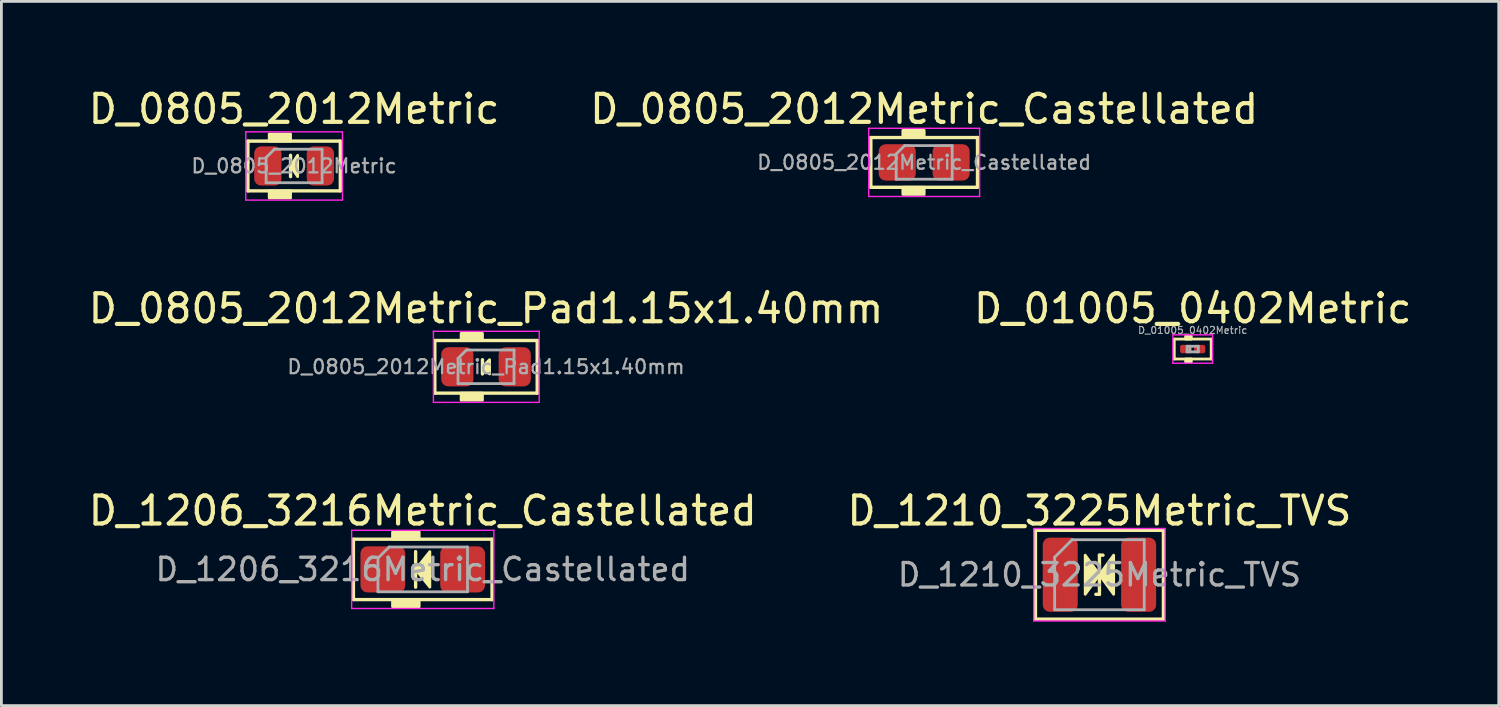
<source format=kicad_pcb>
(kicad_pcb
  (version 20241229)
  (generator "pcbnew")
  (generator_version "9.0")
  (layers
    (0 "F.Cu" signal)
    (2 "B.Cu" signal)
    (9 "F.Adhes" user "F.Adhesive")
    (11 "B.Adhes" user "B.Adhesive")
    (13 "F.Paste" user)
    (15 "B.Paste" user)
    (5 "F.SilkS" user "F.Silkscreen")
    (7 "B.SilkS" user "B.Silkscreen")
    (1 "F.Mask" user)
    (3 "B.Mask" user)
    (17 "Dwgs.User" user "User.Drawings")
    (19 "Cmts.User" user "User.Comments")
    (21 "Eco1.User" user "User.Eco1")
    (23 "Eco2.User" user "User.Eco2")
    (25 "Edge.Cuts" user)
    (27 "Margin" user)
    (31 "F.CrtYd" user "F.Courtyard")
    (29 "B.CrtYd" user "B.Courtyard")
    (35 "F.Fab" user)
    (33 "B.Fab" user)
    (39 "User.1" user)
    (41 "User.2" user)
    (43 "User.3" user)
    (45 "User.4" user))
  (footprint "D_0805_2012Metric_Pad1.15x1.40mm"
    (layer "F.Cu")
    (at 14.315 10.056)
    (property "Reference" "D_0805_2012Metric_Pad1.15x1.40mm" (at 0 -2.083 0) (layer "F.SilkS") (effects (font (size 1 1) (thickness 0.15))))
    (attr smd)
    (fp_line (start -1.829 -0.94) (end 1.829 -0.94) (stroke (width 0.12) (type solid)) (layer "F.SilkS"))
    (fp_line (start -1.829 0.94) (end -1.829 -0.94) (stroke (width 0.12) (type solid)) (layer "F.SilkS"))
    (fp_line (start -0.127 -0.254) (end -0.127 0.254) (stroke (width 0.12) (type solid)) (layer "F.SilkS"))
    (fp_line (start 1.829 -0.94) (end 1.829 0.94) (stroke (width 0.12) (type solid)) (layer "F.SilkS"))
    (fp_line (start 1.829 0.94) (end -1.829 0.94) (stroke (width 0.12) (type solid)) (layer "F.SilkS"))
    (fp_poly (pts (xy 0.127 0.254) (xy -0.127 0) (xy 0.127 -0.254)) (stroke (width 0.1) (type solid)) (fill yes) (layer "F.SilkS"))
    (fp_poly (pts (xy -0.127 -0.94) (xy -0.889 -0.94) (xy -0.889 -1.194) (xy -0.127 -1.194)) (stroke (width 0.1) (type solid)) (fill yes) (layer "F.SilkS"))
    (fp_poly (pts (xy -0.127 1.194) (xy -0.889 1.194) (xy -0.889 0.94) (xy -0.127 0.94)) (stroke (width 0.1) (type solid)) (fill yes) (layer "F.SilkS"))
    (fp_line (start -1.88 -1.27) (end 1.901 -1.27) (stroke (width 0.05) (type solid)) (layer "F.CrtYd"))
    (fp_line (start -1.88 1.27) (end -1.88 -1.27) (stroke (width 0.05) (type solid)) (layer "F.CrtYd"))
    (fp_line (start 1.901 -1.27) (end 1.901 1.27) (stroke (width 0.05) (type solid)) (layer "F.CrtYd"))
    (fp_line (start 1.901 1.27) (end -1.88 1.27) (stroke (width 0.05) (type solid)) (layer "F.CrtYd"))
    (fp_line (start -1 -0.3) (end -1 0.6) (stroke (width 0.1) (type solid)) (layer "F.Fab"))
    (fp_line (start -1 0.6) (end 1 0.6) (stroke (width 0.1) (type solid)) (layer "F.Fab"))
    (fp_line (start -0.7 -0.6) (end -1 -0.3) (stroke (width 0.1) (type solid)) (layer "F.Fab"))
    (fp_line (start 1 -0.6) (end -0.7 -0.6) (stroke (width 0.1) (type solid)) (layer "F.Fab"))
    (fp_line (start 1 0.6) (end 1 -0.6) (stroke (width 0.1) (type solid)) (layer "F.Fab"))
    (fp_text user "${REFERENCE}" (at 0 0 0) (layer "F.Fab") (effects (font (size 0.5 0.5) (thickness 0.08))))
    (pad "1" smd roundrect (at -1.025 0) (size 1.15 1.4) (layers "F.Cu" "F.Mask" "F.Paste") (roundrect_rratio 0.217))
    (pad "2" smd roundrect (at 1.025 0) (size 1.15 1.4) (layers "F.Cu" "F.Mask" "F.Paste") (roundrect_rratio 0.217)))
  (footprint "D_0805_2012Metric"
    (layer "F.Cu")
    (at 7.458 2.88)
    (property "Reference" "D_0805_2012Metric" (at 0 -2.032 0) (layer "F.SilkS") (effects (font (size 1 1) (thickness 0.15))))
    (attr smd)
    (fp_line (start -1.651 -0.889) (end 1.651 -0.889) (stroke (width 0.12) (type solid)) (layer "F.SilkS"))
    (fp_line (start -1.651 -0.127) (end -1.651 -0.889) (stroke (width 0.12) (type solid)) (layer "F.SilkS"))
    (fp_line (start -1.651 0.889) (end -1.651 -0.127) (stroke (width 0.12) (type solid)) (layer "F.SilkS"))
    (fp_line (start -0.127 -0.381) (end -0.127 0.381) (stroke (width 0.12) (type solid)) (layer "F.SilkS"))
    (fp_line (start 1.651 -0.889) (end 1.651 0.889) (stroke (width 0.12) (type solid)) (layer "F.SilkS"))
    (fp_line (start 1.651 0.889) (end -1.651 0.889) (stroke (width 0.12) (type solid)) (layer "F.SilkS"))
    (fp_poly (pts (xy 0.127 0.381) (xy -0.127 0) (xy 0.127 -0.381)) (stroke (width 0.1) (type solid)) (fill yes) (layer "F.SilkS"))
    (fp_poly (pts (xy -0.127 -0.889) (xy -0.889 -0.889) (xy -0.889 -1.143) (xy -0.127 -1.143)) (stroke (width 0.1) (type solid)) (fill yes) (layer "F.SilkS"))
    (fp_poly (pts (xy -0.127 1.143) (xy -0.889 1.143) (xy -0.889 0.889) (xy -0.127 0.889)) (stroke (width 0.1) (type solid)) (fill yes) (layer "F.SilkS"))
    (fp_line (start -1.727 -1.219) (end 1.727 -1.219) (stroke (width 0.05) (type solid)) (layer "F.CrtYd"))
    (fp_line (start -1.727 1.219) (end -1.727 -1.219) (stroke (width 0.05) (type solid)) (layer "F.CrtYd"))
    (fp_line (start 1.727 -1.219) (end 1.727 1.219) (stroke (width 0.05) (type solid)) (layer "F.CrtYd"))
    (fp_line (start 1.727 1.219) (end -1.727 1.219) (stroke (width 0.05) (type solid)) (layer "F.CrtYd"))
    (fp_line (start -1 -0.3) (end -1 0.6) (stroke (width 0.1) (type solid)) (layer "F.Fab"))
    (fp_line (start -1 0.6) (end 1 0.6) (stroke (width 0.1) (type solid)) (layer "F.Fab"))
    (fp_line (start -0.7 -0.6) (end -1 -0.3) (stroke (width 0.1) (type solid)) (layer "F.Fab"))
    (fp_line (start 1 -0.6) (end -0.7 -0.6) (stroke (width 0.1) (type solid)) (layer "F.Fab"))
    (fp_line (start 1 0.6) (end 1 -0.6) (stroke (width 0.1) (type solid)) (layer "F.Fab"))
    (fp_text user "${REFERENCE}" (at 0 0 0) (layer "F.Fab") (effects (font (size 0.5 0.5) (thickness 0.08))))
    (pad "1" smd roundrect (at -0.938 0) (size 0.975 1.4) (layers "F.Cu" "F.Mask" "F.Paste") (roundrect_rratio 0.25))
    (pad "2" smd roundrect (at 0.938 0) (size 0.975 1.4) (layers "F.Cu" "F.Mask" "F.Paste") (roundrect_rratio 0.25)))
  (footprint "D_1210_3225Metric_TVS"
    (layer "F.Cu")
    (at 36.232 17.485)
    (property "Reference" "D_1210_3225Metric_TVS" (at 0 -2.286 0) (layer "F.SilkS") (effects (font (size 1 1) (thickness 0.15))))
    (attr smd)
    (fp_line (start -2.286 -1.587) (end 2.286 -1.587) (stroke (width 0.12) (type solid)) (layer "F.SilkS"))
    (fp_line (start -2.286 1.587) (end -2.286 -1.587) (stroke (width 0.12) (type solid)) (layer "F.SilkS"))
    (fp_line (start -0.127 0.699) (end 0 0.699) (stroke (width 0.12) (type solid)) (layer "F.SilkS"))
    (fp_line (start 0 -0.699) (end 0 0.699) (stroke (width 0.12) (type solid)) (layer "F.SilkS"))
    (fp_line (start 0 -0.699) (end 0.127 -0.699) (stroke (width 0.12) (type solid)) (layer "F.SilkS"))
    (fp_line (start 2.286 -1.587) (end 2.286 1.587) (stroke (width 0.12) (type solid)) (layer "F.SilkS"))
    (fp_line (start 2.286 1.587) (end -2.286 1.587) (stroke (width 0.12) (type solid)) (layer "F.SilkS"))
    (fp_poly (pts (xy 0 0) (xy -0.508 0.699) (xy -0.508 -0.699)) (stroke (width 0.1) (type solid)) (fill yes) (layer "F.SilkS"))
    (fp_poly (pts (xy 0 0) (xy 0.508 -0.699) (xy 0.508 0.699)) (stroke (width 0.1) (type solid)) (fill yes) (layer "F.SilkS"))
    (fp_line (start -2.349 -1.651) (end 2.349 -1.651) (stroke (width 0.05) (type solid)) (layer "F.CrtYd"))
    (fp_line (start -2.349 1.651) (end -2.349 -1.651) (stroke (width 0.05) (type solid)) (layer "F.CrtYd"))
    (fp_line (start 2.349 -1.651) (end 2.349 1.651) (stroke (width 0.05) (type solid)) (layer "F.CrtYd"))
    (fp_line (start 2.349 1.651) (end -2.349 1.651) (stroke (width 0.05) (type solid)) (layer "F.CrtYd"))
    (fp_line (start -1.6 -0.625) (end -1.6 1.25) (stroke (width 0.1) (type solid)) (layer "F.Fab"))
    (fp_line (start -1.6 1.25) (end 1.6 1.25) (stroke (width 0.1) (type solid)) (layer "F.Fab"))
    (fp_line (start -0.975 -1.25) (end -1.6 -0.625) (stroke (width 0.1) (type solid)) (layer "F.Fab"))
    (fp_line (start 1.6 -1.25) (end -0.975 -1.25) (stroke (width 0.1) (type solid)) (layer "F.Fab"))
    (fp_line (start 1.6 1.25) (end 1.6 -1.25) (stroke (width 0.1) (type solid)) (layer "F.Fab"))
    (fp_text user "${REFERENCE}" (at 0 0 0) (layer "F.Fab") (effects (font (size 0.8 0.8) (thickness 0.12))))
    (pad "1" smd roundrect (at -1.4 0) (size 1.25 2.65) (layers "F.Cu" "F.Mask" "F.Paste") (roundrect_rratio 0.2))
    (pad "2" smd roundrect (at 1.4 0) (size 1.25 2.65) (layers "F.Cu" "F.Mask" "F.Paste") (roundrect_rratio 0.2)))
  (footprint "D_0805_2012Metric_Castellated"
    (layer "F.Cu")
    (at 29.97 2.753)
    (property "Reference" "D_0805_2012Metric_Castellated" (at 0 -1.905 0) (layer "F.SilkS") (effects (font (size 1 1) (thickness 0.15))))
    (attr smd)
    (fp_line (start -1.905 -0.889) (end 1.905 -0.889) (stroke (width 0.12) (type solid)) (layer "F.SilkS"))
    (fp_line (start -1.905 0.889) (end -1.905 -0.889) (stroke (width 0.12) (type solid)) (layer "F.SilkS"))
    (fp_line (start 1.905 -0.889) (end 1.905 0.889) (stroke (width 0.12) (type solid)) (layer "F.SilkS"))
    (fp_line (start 1.905 0.889) (end -1.905 0.889) (stroke (width 0.12) (type solid)) (layer "F.SilkS"))
    (fp_poly (pts (xy 0 -0.889) (xy -0.762 -0.889) (xy -0.762 -1.143) (xy 0 -1.143)) (stroke (width 0.1) (type solid)) (fill yes) (layer "F.SilkS"))
    (fp_poly (pts (xy 0 1.143) (xy -0.762 1.143) (xy -0.762 0.889) (xy 0 0.889)) (stroke (width 0.1) (type solid)) (fill yes) (layer "F.SilkS"))
    (fp_line (start -1.981 -1.219) (end 1.981 -1.219) (stroke (width 0.05) (type solid)) (layer "F.CrtYd"))
    (fp_line (start -1.981 1.219) (end -1.981 -1.219) (stroke (width 0.05) (type solid)) (layer "F.CrtYd"))
    (fp_line (start 1.981 -1.219) (end 1.981 1.219) (stroke (width 0.05) (type solid)) (layer "F.CrtYd"))
    (fp_line (start 1.981 1.219) (end -1.981 1.219) (stroke (width 0.05) (type solid)) (layer "F.CrtYd"))
    (fp_line (start -1 -0.3) (end -1 0.6) (stroke (width 0.1) (type solid)) (layer "F.Fab"))
    (fp_line (start -1 0.6) (end 1 0.6) (stroke (width 0.1) (type solid)) (layer "F.Fab"))
    (fp_line (start -0.7 -0.6) (end -1 -0.3) (stroke (width 0.1) (type solid)) (layer "F.Fab"))
    (fp_line (start 1 -0.6) (end -0.7 -0.6) (stroke (width 0.1) (type solid)) (layer "F.Fab"))
    (fp_line (start 1 0.6) (end 1 -0.6) (stroke (width 0.1) (type solid)) (layer "F.Fab"))
    (fp_text user "${REFERENCE}" (at 0 0 0) (layer "F.Fab") (effects (font (size 0.5 0.5) (thickness 0.08))))
    (pad "1" smd roundrect (at -0.963 0) (size 1.325 1.3) (layers "F.Cu" "F.Mask" "F.Paste") (roundrect_rratio 0.192))
    (pad "2" smd roundrect (at 0.963 0) (size 1.325 1.3) (layers "F.Cu" "F.Mask" "F.Paste") (roundrect_rratio 0.192)))
  (footprint "D_01005_0402Metric"
    (layer "F.Cu")
    (at 39.565 9.421)
    (property "Reference" "D_01005_0402Metric" (at 0 -1.448 0) (layer "F.SilkS") (effects (font (size 1 1) (thickness 0.15))))
    (attr smd)
    (fp_line (start -0.66 -0.356) (end 0.66 -0.356) (stroke (width 0.1) (type solid)) (layer "F.SilkS"))
    (fp_line (start -0.66 0.356) (end -0.66 -0.356) (stroke (width 0.1) (type solid)) (layer "F.SilkS"))
    (fp_line (start 0.66 -0.356) (end 0.66 0.356) (stroke (width 0.1) (type solid)) (layer "F.SilkS"))
    (fp_line (start 0.66 0.356) (end -0.66 0.356) (stroke (width 0.1) (type solid)) (layer "F.SilkS"))
    (fp_poly (pts (xy -0.051 -0.356) (xy -0.254 -0.356) (xy -0.254 -0.457) (xy -0.051 -0.457)) (stroke (width 0.1) (type solid)) (fill yes) (layer "F.SilkS"))
    (fp_poly (pts (xy -0.051 0.457) (xy -0.254 0.457) (xy -0.254 0.356) (xy -0.051 0.356)) (stroke (width 0.1) (type solid)) (fill yes) (layer "F.SilkS"))
    (fp_line (start -0.711 -0.508) (end 0.711 -0.508) (stroke (width 0.05) (type solid)) (layer "F.CrtYd"))
    (fp_line (start -0.711 0.508) (end -0.711 -0.508) (stroke (width 0.05) (type solid)) (layer "F.CrtYd"))
    (fp_line (start 0.711 -0.508) (end 0.711 0.508) (stroke (width 0.05) (type solid)) (layer "F.CrtYd"))
    (fp_line (start 0.711 0.508) (end -0.711 0.508) (stroke (width 0.05) (type solid)) (layer "F.CrtYd"))
    (fp_line (start -0.2 -0.1) (end 0.2 -0.1) (stroke (width 0.1) (type solid)) (layer "F.Fab"))
    (fp_line (start -0.2 0.1) (end -0.2 -0.1) (stroke (width 0.1) (type solid)) (layer "F.Fab"))
    (fp_line (start -0.1 0.1) (end -0.1 -0.1) (stroke (width 0.1) (type solid)) (layer "F.Fab"))
    (fp_line (start 0.2 -0.1) (end 0.2 0.1) (stroke (width 0.1) (type solid)) (layer "F.Fab"))
    (fp_line (start 0.2 0.1) (end -0.2 0.1) (stroke (width 0.1) (type solid)) (layer "F.Fab"))
    (fp_text user "${REFERENCE}" (at 0 -0.671 0) (layer "F.Fab") (effects (font (size 0.25 0.25) (thickness 0.04))))
    (pad "" smd roundrect (at -0.275 0) (size 0.27 0.27) (layers "F.Paste") (roundrect_rratio 0.25))
    (pad "" smd roundrect (at 0.275 0) (size 0.27 0.27) (layers "F.Paste") (roundrect_rratio 0.25))
    (pad "1" smd roundrect (at -0.25 0) (size 0.4 0.3) (layers "F.Cu" "F.Mask") (roundrect_rratio 0.25))
    (pad "2" smd roundrect (at 0.25 0) (size 0.4 0.3) (layers "F.Cu" "F.Mask") (roundrect_rratio 0.25)))
  (footprint "D_1206_3216Metric_Castellated"
    (layer "F.Cu")
    (at 12.054 17.294)
    (property "Reference" "D_1206_3216Metric_Castellated" (at 0 -2.095 0) (layer "F.SilkS") (effects (font (size 1 1) (thickness 0.15))))
    (attr smd)
    (fp_line (start -2.477 -1.079) (end -2.477 1.079) (stroke (width 0.12) (type solid)) (layer "F.SilkS"))
    (fp_line (start -2.477 1.079) (end 2.477 1.079) (stroke (width 0.12) (type solid)) (layer "F.SilkS"))
    (fp_line (start -0.254 -0.635) (end -0.254 0.635) (stroke (width 0.12) (type solid)) (layer "F.SilkS"))
    (fp_line (start 2.477 -1.079) (end -2.477 -1.079) (stroke (width 0.12) (type solid)) (layer "F.SilkS"))
    (fp_line (start 2.477 1.079) (end 2.477 -1.079) (stroke (width 0.12) (type solid)) (layer "F.SilkS"))
    (fp_poly (pts (xy 0.254 0.635) (xy -0.254 0) (xy 0.254 -0.635)) (stroke (width 0.1) (type solid)) (fill yes) (layer "F.SilkS"))
    (fp_poly (pts (xy -0.127 -1.079) (xy -1.079 -1.079) (xy -1.079 -1.333) (xy -0.127 -1.333)) (stroke (width 0.1) (type solid)) (fill yes) (layer "F.SilkS"))
    (fp_poly (pts (xy -0.127 1.333) (xy -1.079 1.333) (xy -1.079 1.079) (xy -0.127 1.079)) (stroke (width 0.1) (type solid)) (fill yes) (layer "F.SilkS"))
    (fp_line (start -2.54 -1.397) (end 2.54 -1.397) (stroke (width 0.05) (type solid)) (layer "F.CrtYd"))
    (fp_line (start -2.54 1.397) (end -2.54 -1.397) (stroke (width 0.05) (type solid)) (layer "F.CrtYd"))
    (fp_line (start 2.54 -1.397) (end 2.54 1.397) (stroke (width 0.05) (type solid)) (layer "F.CrtYd"))
    (fp_line (start 2.54 1.397) (end -2.54 1.397) (stroke (width 0.05) (type solid)) (layer "F.CrtYd"))
    (fp_line (start -1.6 -0.4) (end -1.6 0.8) (stroke (width 0.1) (type solid)) (layer "F.Fab"))
    (fp_line (start -1.6 0.8) (end 1.6 0.8) (stroke (width 0.1) (type solid)) (layer "F.Fab"))
    (fp_line (start -1.2 -0.8) (end -1.6 -0.4) (stroke (width 0.1) (type solid)) (layer "F.Fab"))
    (fp_line (start 1.6 -0.8) (end -1.2 -0.8) (stroke (width 0.1) (type solid)) (layer "F.Fab"))
    (fp_line (start 1.6 0.8) (end 1.6 -0.8) (stroke (width 0.1) (type solid)) (layer "F.Fab"))
    (fp_text user "${REFERENCE}" (at 0 0 0) (layer "F.Fab") (effects (font (size 0.8 0.8) (thickness 0.12))))
    (pad "1" smd roundrect (at -1.425 0) (size 1.6 1.65) (layers "F.Cu" "F.Mask" "F.Paste") (roundrect_rratio 0.156))
    (pad "2" smd roundrect (at 1.425 0) (size 1.6 1.65) (layers "F.Cu" "F.Mask" "F.Paste") (roundrect_rratio 0.156)))
  (gr_rect
    (start -3 -3)
    (end 50.5 22.161)
    (stroke (width 0.1) (type default))
    (fill no)
    (layer "Edge.Cuts")))
</source>
